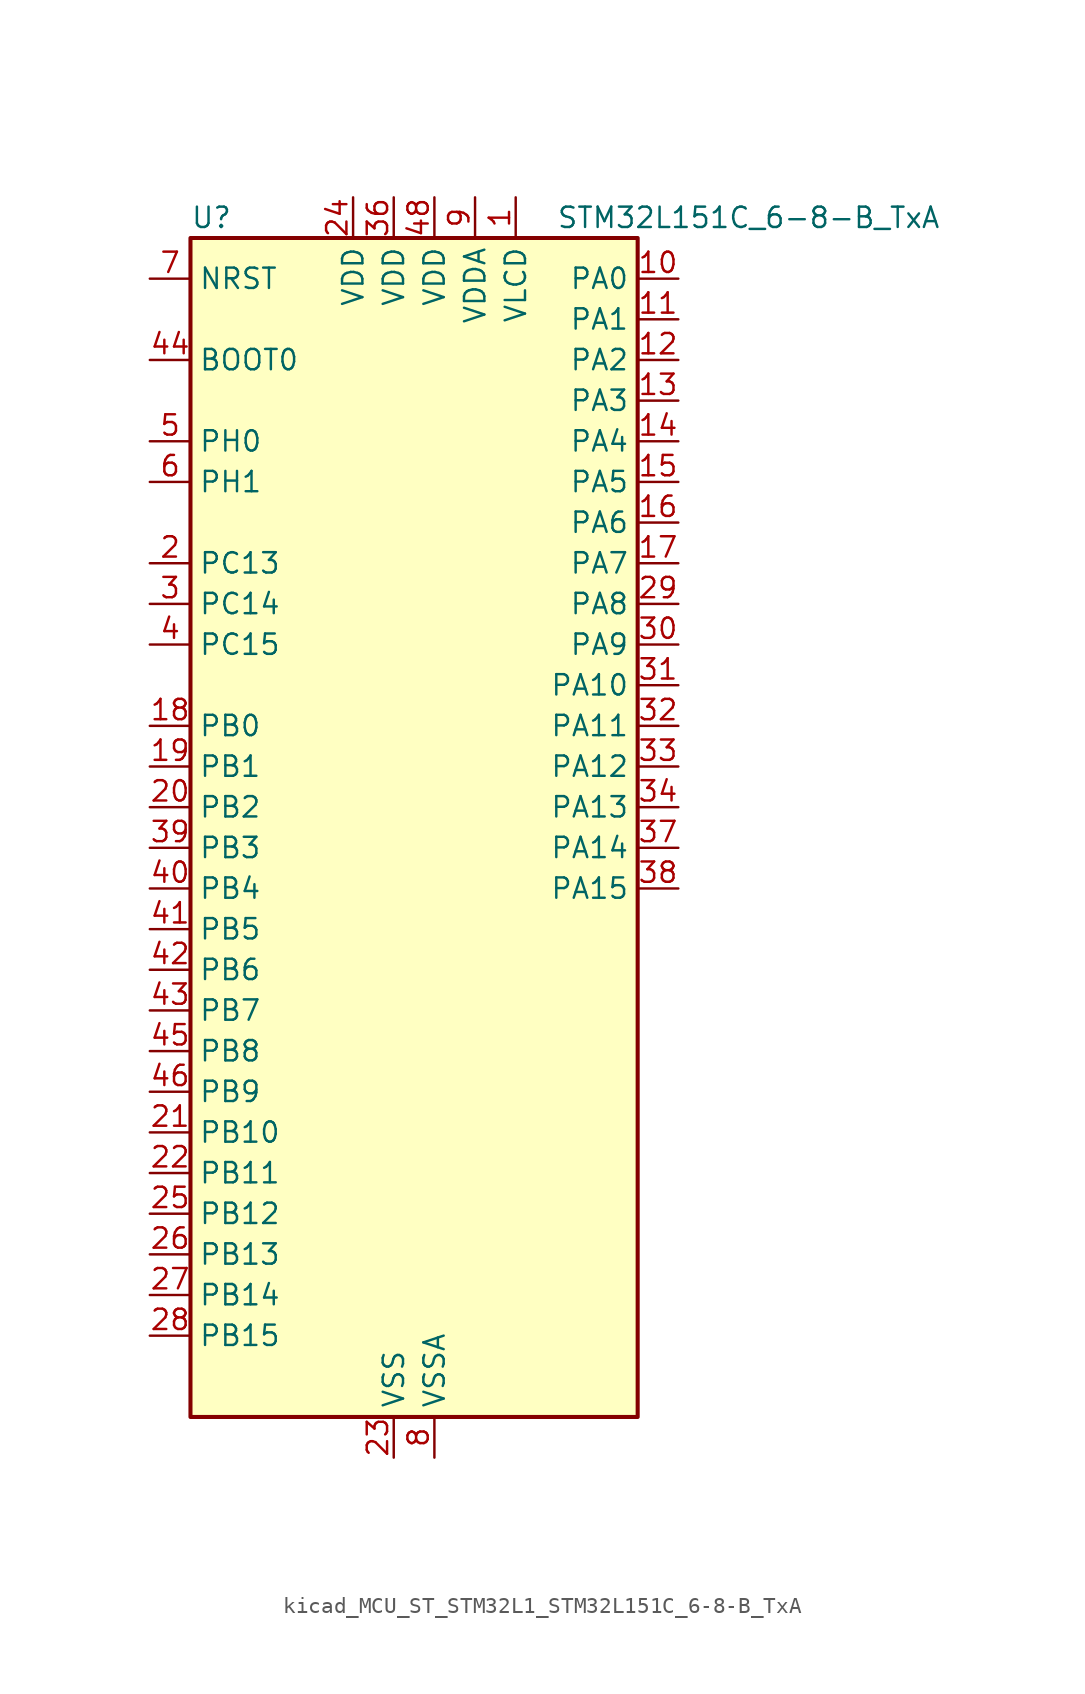
<source format=kicad_sym>
(kicad_symbol_lib
  (version 20220914)
  (generator kicad_symbol_editor)
  (symbol "kicad_MCU_ST_STM32L1_STM32L151C_6-8-B_TxA"
    (property "Reference" "U"
      (at -12.7 39.37 0)
      (effects (font (size 1.27 1.27)) (justify left)))
    (property "Value" "STM32L151C_6-8-B_TxA"
      (at 10.16 39.37 0)
      (effects (font (size 1.27 1.27)) (justify left)))
    (property "ki_locked" ""
      (at 0 0 0)
      (effects (font (size 1.27 1.27))))
    (symbol "kicad_MCU_ST_STM32L1_STM32L151C_6-8-B_TxA_0_1"
      (rectangle (start -12.7 -35.56) (end 15.24 38.1) (stroke (width 0.254) (type default)) (fill (type background))))
    (symbol "kicad_MCU_ST_STM32L1_STM32L151C_6-8-B_TxA_1_1"
      (pin power_in line (at 7.62 40.64 270) (length 2.54) (name "VLCD" (effects (font (size 1.27 1.27)))) (number "1" (effects (font (size 1.27 1.27)))))
      (pin bidirectional line (at 17.78 35.56 180) (length 2.54) (name "PA0" (effects (font (size 1.27 1.27)))) (number "10" (effects (font (size 1.27 1.27)))) (alternate "ADC_IN0" bidirectional line) (alternate "COMP1_INP" bidirectional line) (alternate "RTC_TAMP2" bidirectional line) (alternate "SYS_WKUP1" bidirectional line) (alternate "TIM2_CH1" bidirectional line) (alternate "TIM2_ETR" bidirectional line) (alternate "TIMX_IC1" bidirectional line) (alternate "TS_G1_IO1" bidirectional line) (alternate "USART2_CTS" bidirectional line))
      (pin bidirectional line (at 17.78 33.02 180) (length 2.54) (name "PA1" (effects (font (size 1.27 1.27)))) (number "11" (effects (font (size 1.27 1.27)))) (alternate "ADC_IN1" bidirectional line) (alternate "COMP1_INP" bidirectional line) (alternate "TIM2_CH2" bidirectional line) (alternate "TIMX_IC2" bidirectional line) (alternate "TS_G1_IO2" bidirectional line) (alternate "USART2_RTS" bidirectional line))
      (pin bidirectional line (at 17.78 30.48 180) (length 2.54) (name "PA2" (effects (font (size 1.27 1.27)))) (number "12" (effects (font (size 1.27 1.27)))) (alternate "ADC_IN2" bidirectional line) (alternate "COMP1_INP" bidirectional line) (alternate "TIM2_CH3" bidirectional line) (alternate "TIM9_CH1" bidirectional line) (alternate "TIMX_IC3" bidirectional line) (alternate "TS_G1_IO3" bidirectional line) (alternate "USART2_TX" bidirectional line))
      (pin bidirectional line (at 17.78 27.94 180) (length 2.54) (name "PA3" (effects (font (size 1.27 1.27)))) (number "13" (effects (font (size 1.27 1.27)))) (alternate "ADC_IN3" bidirectional line) (alternate "COMP1_INP" bidirectional line) (alternate "TIM2_CH4" bidirectional line) (alternate "TIM9_CH2" bidirectional line) (alternate "TIMX_IC4" bidirectional line) (alternate "TS_G1_IO4" bidirectional line) (alternate "USART2_RX" bidirectional line))
      (pin bidirectional line (at 17.78 25.4 180) (length 2.54) (name "PA4" (effects (font (size 1.27 1.27)))) (number "14" (effects (font (size 1.27 1.27)))) (alternate "ADC_IN4" bidirectional line) (alternate "COMP1_INP" bidirectional line) (alternate "DAC_OUT1" bidirectional line) (alternate "SPI1_NSS" bidirectional line) (alternate "TIMX_IC1" bidirectional line) (alternate "USART2_CK" bidirectional line))
      (pin bidirectional line (at 17.78 22.86 180) (length 2.54) (name "PA5" (effects (font (size 1.27 1.27)))) (number "15" (effects (font (size 1.27 1.27)))) (alternate "ADC_IN5" bidirectional line) (alternate "COMP1_INP" bidirectional line) (alternate "DAC_OUT2" bidirectional line) (alternate "SPI1_SCK" bidirectional line) (alternate "TIM2_CH1" bidirectional line) (alternate "TIM2_ETR" bidirectional line) (alternate "TIMX_IC2" bidirectional line))
      (pin bidirectional line (at 17.78 20.32 180) (length 2.54) (name "PA6" (effects (font (size 1.27 1.27)))) (number "16" (effects (font (size 1.27 1.27)))) (alternate "ADC_IN6" bidirectional line) (alternate "COMP1_INP" bidirectional line) (alternate "SPI1_MISO" bidirectional line) (alternate "TIM10_CH1" bidirectional line) (alternate "TIM3_CH1" bidirectional line) (alternate "TIMX_IC3" bidirectional line) (alternate "TS_G2_IO1" bidirectional line))
      (pin bidirectional line (at 17.78 17.78 180) (length 2.54) (name "PA7" (effects (font (size 1.27 1.27)))) (number "17" (effects (font (size 1.27 1.27)))) (alternate "ADC_IN7" bidirectional line) (alternate "COMP1_INP" bidirectional line) (alternate "SPI1_MOSI" bidirectional line) (alternate "TIM11_CH1" bidirectional line) (alternate "TIM3_CH2" bidirectional line) (alternate "TIMX_IC4" bidirectional line) (alternate "TS_G2_IO2" bidirectional line))
      (pin bidirectional line (at -15.24 7.62 0) (length 2.54) (name "PB0" (effects (font (size 1.27 1.27)))) (number "18" (effects (font (size 1.27 1.27)))) (alternate "ADC_IN8" bidirectional line) (alternate "COMP1_INP" bidirectional line) (alternate "SYS_V_REF_OUT" bidirectional line) (alternate "TIM3_CH3" bidirectional line) (alternate "TS_G3_IO1" bidirectional line))
      (pin bidirectional line (at -15.24 5.08 0) (length 2.54) (name "PB1" (effects (font (size 1.27 1.27)))) (number "19" (effects (font (size 1.27 1.27)))) (alternate "ADC_IN9" bidirectional line) (alternate "COMP1_INP" bidirectional line) (alternate "SYS_V_REF_OUT" bidirectional line) (alternate "TIM3_CH4" bidirectional line) (alternate "TS_G3_IO2" bidirectional line))
      (pin bidirectional line (at -15.24 17.78 0) (length 2.54) (name "PC13" (effects (font (size 1.27 1.27)))) (number "2" (effects (font (size 1.27 1.27)))) (alternate "RTC_OUT_ALARM" bidirectional line) (alternate "RTC_OUT_CALIB" bidirectional line) (alternate "RTC_TAMP1" bidirectional line) (alternate "RTC_TS" bidirectional line) (alternate "SYS_WKUP2" bidirectional line) (alternate "TIMX_IC2" bidirectional line))
      (pin bidirectional line (at -15.24 2.54 0) (length 2.54) (name "PB2" (effects (font (size 1.27 1.27)))) (number "20" (effects (font (size 1.27 1.27)))) (alternate "TS_G3_IO3" bidirectional line))
      (pin bidirectional line (at -15.24 -17.78 0) (length 2.54) (name "PB10" (effects (font (size 1.27 1.27)))) (number "21" (effects (font (size 1.27 1.27)))) (alternate "I2C2_SCL" bidirectional line) (alternate "TIM2_CH3" bidirectional line) (alternate "USART3_TX" bidirectional line))
      (pin bidirectional line (at -15.24 -20.32 0) (length 2.54) (name "PB11" (effects (font (size 1.27 1.27)))) (number "22" (effects (font (size 1.27 1.27)))) (alternate "ADC_EXTI11" bidirectional line) (alternate "I2C2_SDA" bidirectional line) (alternate "TIM2_CH4" bidirectional line) (alternate "USART3_RX" bidirectional line))
      (pin power_in line (at 0 -38.1 90) (length 2.54) (name "VSS" (effects (font (size 1.27 1.27)))) (number "23" (effects (font (size 1.27 1.27)))))
      (pin power_in line (at -2.54 40.64 270) (length 2.54) (name "VDD" (effects (font (size 1.27 1.27)))) (number "24" (effects (font (size 1.27 1.27)))))
      (pin bidirectional line (at -15.24 -22.86 0) (length 2.54) (name "PB12" (effects (font (size 1.27 1.27)))) (number "25" (effects (font (size 1.27 1.27)))) (alternate "ADC_IN18" bidirectional line) (alternate "COMP1_INP" bidirectional line) (alternate "I2C2_SMBA" bidirectional line) (alternate "SPI2_NSS" bidirectional line) (alternate "TIM10_CH1" bidirectional line) (alternate "TS_G7_IO1" bidirectional line) (alternate "USART3_CK" bidirectional line))
      (pin bidirectional line (at -15.24 -25.4 0) (length 2.54) (name "PB13" (effects (font (size 1.27 1.27)))) (number "26" (effects (font (size 1.27 1.27)))) (alternate "ADC_IN19" bidirectional line) (alternate "COMP1_INP" bidirectional line) (alternate "SPI2_SCK" bidirectional line) (alternate "TIM9_CH1" bidirectional line) (alternate "TS_G7_IO2" bidirectional line) (alternate "USART3_CTS" bidirectional line))
      (pin bidirectional line (at -15.24 -27.94 0) (length 2.54) (name "PB14" (effects (font (size 1.27 1.27)))) (number "27" (effects (font (size 1.27 1.27)))) (alternate "ADC_IN20" bidirectional line) (alternate "COMP1_INP" bidirectional line) (alternate "SPI2_MISO" bidirectional line) (alternate "TIM9_CH2" bidirectional line) (alternate "TS_G7_IO3" bidirectional line) (alternate "USART3_RTS" bidirectional line))
      (pin bidirectional line (at -15.24 -30.48 0) (length 2.54) (name "PB15" (effects (font (size 1.27 1.27)))) (number "28" (effects (font (size 1.27 1.27)))) (alternate "ADC_EXTI15" bidirectional line) (alternate "ADC_IN21" bidirectional line) (alternate "COMP1_INP" bidirectional line) (alternate "RTC_REFIN" bidirectional line) (alternate "SPI2_MOSI" bidirectional line) (alternate "TIM11_CH1" bidirectional line) (alternate "TS_G7_IO4" bidirectional line))
      (pin bidirectional line (at 17.78 15.24 180) (length 2.54) (name "PA8" (effects (font (size 1.27 1.27)))) (number "29" (effects (font (size 1.27 1.27)))) (alternate "RCC_MCO" bidirectional line) (alternate "TIMX_IC1" bidirectional line) (alternate "TS_G4_IO1" bidirectional line) (alternate "USART1_CK" bidirectional line))
      (pin bidirectional line (at -15.24 15.24 0) (length 2.54) (name "PC14" (effects (font (size 1.27 1.27)))) (number "3" (effects (font (size 1.27 1.27)))) (alternate "RCC_OSC32_IN" bidirectional line) (alternate "TIMX_IC3" bidirectional line))
      (pin bidirectional line (at 17.78 12.7 180) (length 2.54) (name "PA9" (effects (font (size 1.27 1.27)))) (number "30" (effects (font (size 1.27 1.27)))) (alternate "DAC_EXTI9" bidirectional line) (alternate "TIMX_IC2" bidirectional line) (alternate "TS_G4_IO2" bidirectional line) (alternate "USART1_TX" bidirectional line))
      (pin bidirectional line (at 17.78 10.16 180) (length 2.54) (name "PA10" (effects (font (size 1.27 1.27)))) (number "31" (effects (font (size 1.27 1.27)))) (alternate "TIMX_IC3" bidirectional line) (alternate "TS_G4_IO3" bidirectional line) (alternate "USART1_RX" bidirectional line))
      (pin bidirectional line (at 17.78 7.62 180) (length 2.54) (name "PA11" (effects (font (size 1.27 1.27)))) (number "32" (effects (font (size 1.27 1.27)))) (alternate "ADC_EXTI11" bidirectional line) (alternate "SPI1_MISO" bidirectional line) (alternate "TIMX_IC4" bidirectional line) (alternate "USART1_CTS" bidirectional line) (alternate "USB_DM" bidirectional line))
      (pin bidirectional line (at 17.78 5.08 180) (length 2.54) (name "PA12" (effects (font (size 1.27 1.27)))) (number "33" (effects (font (size 1.27 1.27)))) (alternate "SPI1_MOSI" bidirectional line) (alternate "TIMX_IC1" bidirectional line) (alternate "USART1_RTS" bidirectional line) (alternate "USB_DP" bidirectional line))
      (pin bidirectional line (at 17.78 2.54 180) (length 2.54) (name "PA13" (effects (font (size 1.27 1.27)))) (number "34" (effects (font (size 1.27 1.27)))) (alternate "SYS_JTMS-SWDIO" bidirectional line) (alternate "TIMX_IC2" bidirectional line) (alternate "TS_G5_IO1" bidirectional line))
      (pin passive line (at 0 -38.1 90) (length 2.54) hide (name "VSS" (effects (font (size 1.27 1.27)))) (number "35" (effects (font (size 1.27 1.27)))))
      (pin power_in line (at 0 40.64 270) (length 2.54) (name "VDD" (effects (font (size 1.27 1.27)))) (number "36" (effects (font (size 1.27 1.27)))))
      (pin bidirectional line (at 17.78 0 180) (length 2.54) (name "PA14" (effects (font (size 1.27 1.27)))) (number "37" (effects (font (size 1.27 1.27)))) (alternate "SYS_JTCK-SWCLK" bidirectional line) (alternate "TIMX_IC3" bidirectional line) (alternate "TS_G5_IO2" bidirectional line))
      (pin bidirectional line (at 17.78 -2.54 180) (length 2.54) (name "PA15" (effects (font (size 1.27 1.27)))) (number "38" (effects (font (size 1.27 1.27)))) (alternate "ADC_EXTI15" bidirectional line) (alternate "SPI1_NSS" bidirectional line) (alternate "SYS_JTDI" bidirectional line) (alternate "TIM2_CH1" bidirectional line) (alternate "TIM2_ETR" bidirectional line) (alternate "TIMX_IC4" bidirectional line) (alternate "TS_G5_IO3" bidirectional line))
      (pin bidirectional line (at -15.24 0 0) (length 2.54) (name "PB3" (effects (font (size 1.27 1.27)))) (number "39" (effects (font (size 1.27 1.27)))) (alternate "COMP2_INM" bidirectional line) (alternate "SPI1_SCK" bidirectional line) (alternate "SYS_JTDO-TRACESWO" bidirectional line) (alternate "TIM2_CH2" bidirectional line))
      (pin bidirectional line (at -15.24 12.7 0) (length 2.54) (name "PC15" (effects (font (size 1.27 1.27)))) (number "4" (effects (font (size 1.27 1.27)))) (alternate "ADC_EXTI15" bidirectional line) (alternate "RCC_OSC32_OUT" bidirectional line) (alternate "TIMX_IC4" bidirectional line))
      (pin bidirectional line (at -15.24 -2.54 0) (length 2.54) (name "PB4" (effects (font (size 1.27 1.27)))) (number "40" (effects (font (size 1.27 1.27)))) (alternate "COMP2_INP" bidirectional line) (alternate "SPI1_MISO" bidirectional line) (alternate "SYS_JTRST" bidirectional line) (alternate "TIM3_CH1" bidirectional line) (alternate "TS_G6_IO1" bidirectional line))
      (pin bidirectional line (at -15.24 -5.08 0) (length 2.54) (name "PB5" (effects (font (size 1.27 1.27)))) (number "41" (effects (font (size 1.27 1.27)))) (alternate "COMP2_INP" bidirectional line) (alternate "I2C1_SMBA" bidirectional line) (alternate "SPI1_MOSI" bidirectional line) (alternate "TIM3_CH2" bidirectional line) (alternate "TS_G6_IO2" bidirectional line))
      (pin bidirectional line (at -15.24 -7.62 0) (length 2.54) (name "PB6" (effects (font (size 1.27 1.27)))) (number "42" (effects (font (size 1.27 1.27)))) (alternate "I2C1_SCL" bidirectional line) (alternate "TIM4_CH1" bidirectional line) (alternate "TS_G6_IO3" bidirectional line) (alternate "USART1_TX" bidirectional line))
      (pin bidirectional line (at -15.24 -10.16 0) (length 2.54) (name "PB7" (effects (font (size 1.27 1.27)))) (number "43" (effects (font (size 1.27 1.27)))) (alternate "I2C1_SDA" bidirectional line) (alternate "SYS_PVD_IN" bidirectional line) (alternate "TIM4_CH2" bidirectional line) (alternate "TS_G6_IO4" bidirectional line) (alternate "USART1_RX" bidirectional line))
      (pin input line (at -15.24 30.48 0) (length 2.54) (name "BOOT0" (effects (font (size 1.27 1.27)))) (number "44" (effects (font (size 1.27 1.27)))))
      (pin bidirectional line (at -15.24 -12.7 0) (length 2.54) (name "PB8" (effects (font (size 1.27 1.27)))) (number "45" (effects (font (size 1.27 1.27)))) (alternate "I2C1_SCL" bidirectional line) (alternate "TIM10_CH1" bidirectional line) (alternate "TIM4_CH3" bidirectional line))
      (pin bidirectional line (at -15.24 -15.24 0) (length 2.54) (name "PB9" (effects (font (size 1.27 1.27)))) (number "46" (effects (font (size 1.27 1.27)))) (alternate "DAC_EXTI9" bidirectional line) (alternate "I2C1_SDA" bidirectional line) (alternate "TIM11_CH1" bidirectional line) (alternate "TIM4_CH4" bidirectional line))
      (pin passive line (at 0 -38.1 90) (length 2.54) hide (name "VSS" (effects (font (size 1.27 1.27)))) (number "47" (effects (font (size 1.27 1.27)))))
      (pin power_in line (at 2.54 40.64 270) (length 2.54) (name "VDD" (effects (font (size 1.27 1.27)))) (number "48" (effects (font (size 1.27 1.27)))))
      (pin bidirectional line (at -15.24 25.4 0) (length 2.54) (name "PH0" (effects (font (size 1.27 1.27)))) (number "5" (effects (font (size 1.27 1.27)))) (alternate "RCC_OSC_IN" bidirectional line))
      (pin bidirectional line (at -15.24 22.86 0) (length 2.54) (name "PH1" (effects (font (size 1.27 1.27)))) (number "6" (effects (font (size 1.27 1.27)))) (alternate "RCC_OSC_OUT" bidirectional line))
      (pin input line (at -15.24 35.56 0) (length 2.54) (name "NRST" (effects (font (size 1.27 1.27)))) (number "7" (effects (font (size 1.27 1.27)))))
      (pin power_in line (at 2.54 -38.1 90) (length 2.54) (name "VSSA" (effects (font (size 1.27 1.27)))) (number "8" (effects (font (size 1.27 1.27)))))
      (pin power_in line (at 5.08 40.64 270) (length 2.54) (name "VDDA" (effects (font (size 1.27 1.27)))) (number "9" (effects (font (size 1.27 1.27))))))))
</source>
